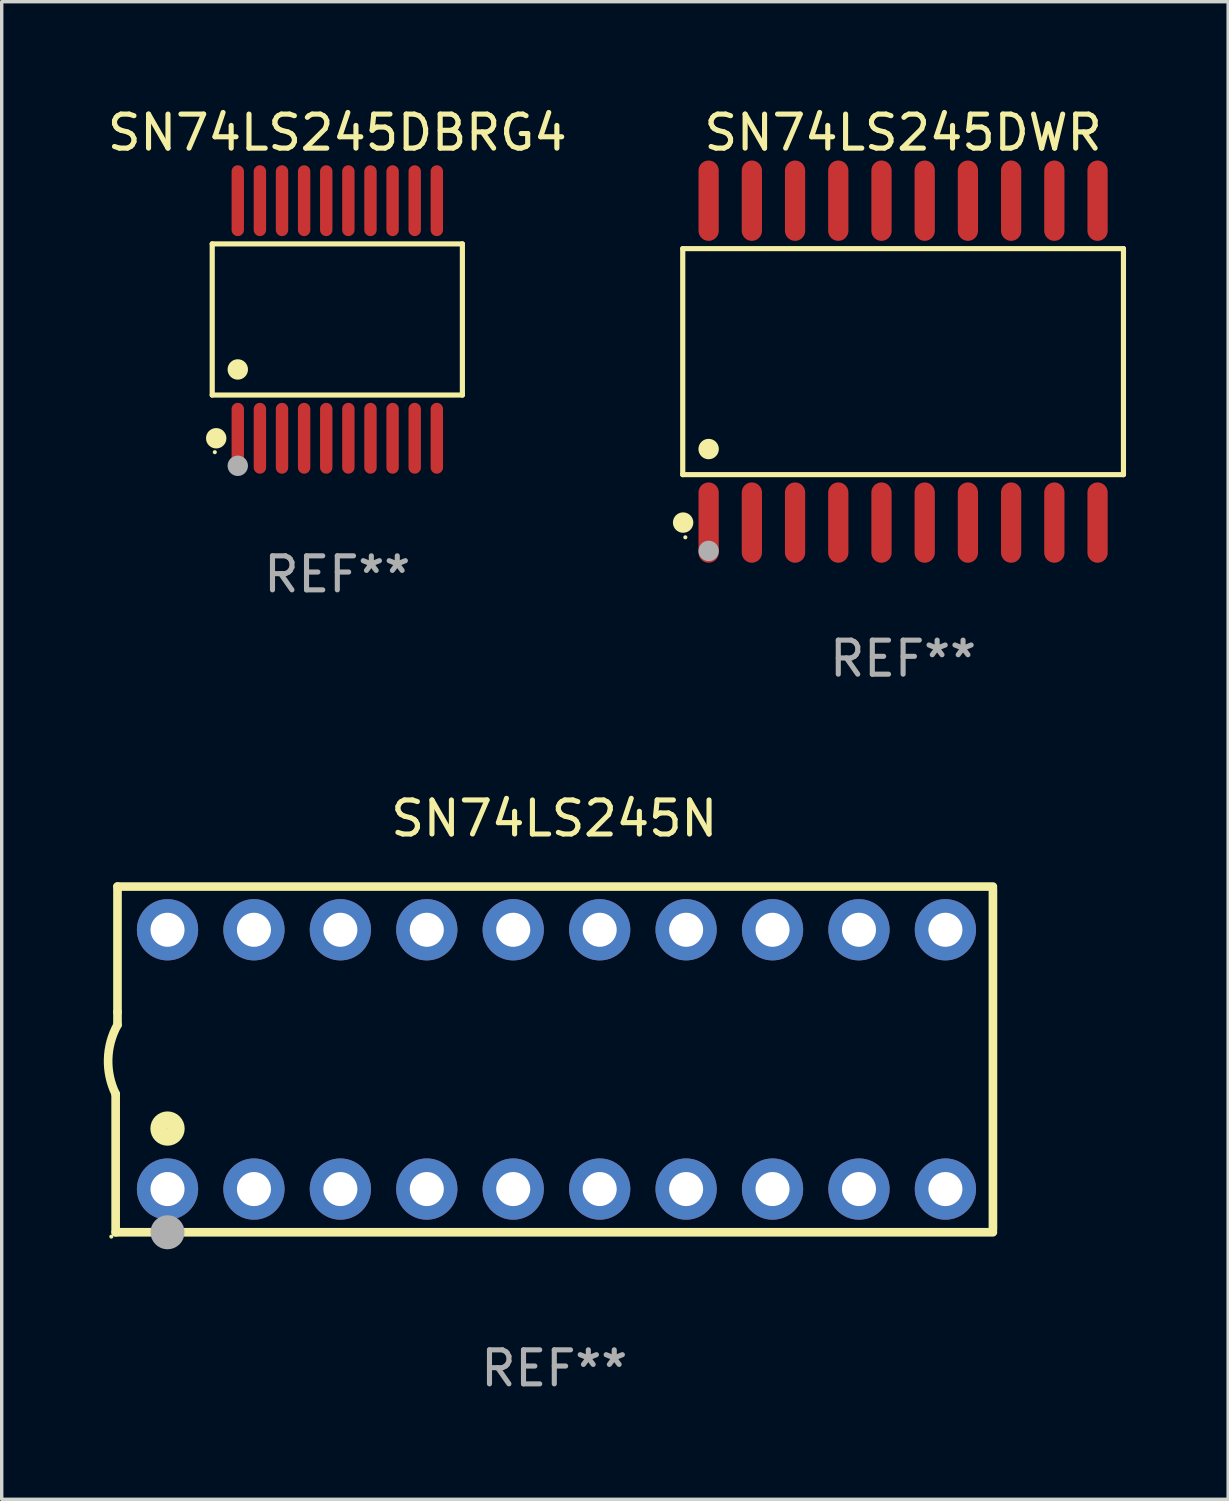
<source format=kicad_pcb>
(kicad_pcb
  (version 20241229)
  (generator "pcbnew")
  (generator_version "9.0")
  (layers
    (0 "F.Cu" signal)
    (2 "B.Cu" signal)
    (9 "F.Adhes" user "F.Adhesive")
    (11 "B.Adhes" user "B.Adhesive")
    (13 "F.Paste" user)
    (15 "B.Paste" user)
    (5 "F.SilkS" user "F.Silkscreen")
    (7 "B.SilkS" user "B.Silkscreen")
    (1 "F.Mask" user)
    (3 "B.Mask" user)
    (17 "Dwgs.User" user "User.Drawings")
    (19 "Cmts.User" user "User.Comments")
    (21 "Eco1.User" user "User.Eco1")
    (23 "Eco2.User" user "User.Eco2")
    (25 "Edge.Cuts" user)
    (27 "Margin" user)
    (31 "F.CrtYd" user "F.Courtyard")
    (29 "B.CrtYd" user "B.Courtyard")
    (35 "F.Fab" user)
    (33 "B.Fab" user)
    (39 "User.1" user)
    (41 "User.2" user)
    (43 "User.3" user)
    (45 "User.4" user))
  (footprint "SN74LS245DBRG4"
    (layer "F.Cu")
    (at 6.863 6.339)
    (property "Reference" "SN74LS245DBRG4" (at 0 -5.491 0) (layer "F.SilkS") (effects (font (size 1 1) (thickness 0.15))))
    (attr through_hole)
    (fp_line (start -3.676 -2.221) (end 3.676 -2.221) (stroke (width 0.152) (type solid)) (layer "F.SilkS"))
    (fp_line (start -3.676 2.221) (end -3.676 -2.221) (stroke (width 0.152) (type solid)) (layer "F.SilkS"))
    (fp_line (start 3.676 -2.221) (end 3.676 2.221) (stroke (width 0.152) (type solid)) (layer "F.SilkS"))
    (fp_line (start 3.676 2.221) (end -3.676 2.221) (stroke (width 0.152) (type solid)) (layer "F.SilkS"))
    (fp_circle (center -3.6 3.9) (end -3.57 3.9) (stroke (width 0.06) (type solid)) (fill no) (layer "F.SilkS"))
    (fp_circle (center -3.559 3.491) (end -3.409 3.491) (stroke (width 0.3) (type solid)) (fill no) (layer "F.SilkS"))
    (fp_circle (center -2.925 1.469) (end -2.775 1.469) (stroke (width 0.3) (type solid)) (fill no) (layer "F.SilkS"))
    (fp_circle (center -2.925 4.3) (end -2.775 4.3) (stroke (width 0.3) (type solid)) (fill no) (layer "F.Fab"))
    (fp_text user "REF**" (at 0 7.491 0) (layer "F.Fab") (effects (font (size 1 1) (thickness 0.15))))
    (pad "1" smd oval (at -2.925 3.491) (size 0.364 2.082) (layers "F.Cu" "F.Mask" "F.Paste"))
    (pad "2" smd oval (at -2.275 3.491) (size 0.364 2.082) (layers "F.Cu" "F.Mask" "F.Paste"))
    (pad "3" smd oval (at -1.625 3.491) (size 0.364 2.082) (layers "F.Cu" "F.Mask" "F.Paste"))
    (pad "4" smd oval (at -0.975 3.491) (size 0.364 2.082) (layers "F.Cu" "F.Mask" "F.Paste"))
    (pad "5" smd oval (at -0.325 3.491) (size 0.364 2.082) (layers "F.Cu" "F.Mask" "F.Paste"))
    (pad "6" smd oval (at 0.325 3.491) (size 0.364 2.082) (layers "F.Cu" "F.Mask" "F.Paste"))
    (pad "7" smd oval (at 0.975 3.491) (size 0.364 2.082) (layers "F.Cu" "F.Mask" "F.Paste"))
    (pad "8" smd oval (at 1.625 3.491) (size 0.364 2.082) (layers "F.Cu" "F.Mask" "F.Paste"))
    (pad "9" smd oval (at 2.275 3.491) (size 0.364 2.082) (layers "F.Cu" "F.Mask" "F.Paste"))
    (pad "10" smd oval (at 2.925 3.491) (size 0.364 2.082) (layers "F.Cu" "F.Mask" "F.Paste"))
    (pad "11" smd oval (at 2.925 -3.491) (size 0.364 2.082) (layers "F.Cu" "F.Mask" "F.Paste"))
    (pad "12" smd oval (at 2.275 -3.491) (size 0.364 2.082) (layers "F.Cu" "F.Mask" "F.Paste"))
    (pad "13" smd oval (at 1.625 -3.491) (size 0.364 2.082) (layers "F.Cu" "F.Mask" "F.Paste"))
    (pad "14" smd oval (at 0.975 -3.491) (size 0.364 2.082) (layers "F.Cu" "F.Mask" "F.Paste"))
    (pad "15" smd oval (at 0.325 -3.491) (size 0.364 2.082) (layers "F.Cu" "F.Mask" "F.Paste"))
    (pad "16" smd oval (at -0.325 -3.491) (size 0.364 2.082) (layers "F.Cu" "F.Mask" "F.Paste"))
    (pad "17" smd oval (at -0.975 -3.491) (size 0.364 2.082) (layers "F.Cu" "F.Mask" "F.Paste"))
    (pad "18" smd oval (at -1.625 -3.491) (size 0.364 2.082) (layers "F.Cu" "F.Mask" "F.Paste"))
    (pad "19" smd oval (at -2.275 -3.491) (size 0.364 2.082) (layers "F.Cu" "F.Mask" "F.Paste"))
    (pad "20" smd oval (at -2.925 -3.491) (size 0.364 2.082) (layers "F.Cu" "F.Mask" "F.Paste")))
  (footprint "SN74LS245N"
    (layer "F.Cu")
    (at 13.24 28.085)
    (property "Reference" "SN74LS245N" (at 0 -7.08 0) (layer "F.SilkS") (effects (font (size 1 1) (thickness 0.15))))
    (attr through_hole)
    (fp_line (start -12.891 5.08) (end -12.891 1.016) (stroke (width 0.254) (type solid)) (layer "F.SilkS"))
    (fp_line (start -12.891 5.08) (end 12.891 5.08) (stroke (width 0.254) (type solid)) (layer "F.SilkS"))
    (fp_line (start -12.837 -5.08) (end -12.837 -1.397) (stroke (width 0.254) (type solid)) (layer "F.SilkS"))
    (fp_line (start -12.837 -5.08) (end 12.891 -5.08) (stroke (width 0.254) (type solid)) (layer "F.SilkS"))
    (fp_line (start -12.837 -1.397) (end -12.837 -1.016) (stroke (width 0.254) (type solid)) (layer "F.SilkS"))
    (fp_line (start 12.891 -5) (end 12.891 5) (stroke (width 0.254) (type solid)) (layer "F.SilkS"))
    (fp_arc (start -12.890526 1.016002) (mid -13.111945 -0.006602) (end -12.836525 -1.016002) (stroke (width 0.254001) (type solid)) (layer "F.SilkS"))
    (fp_circle (center -13.018 5.207) (end -12.988 5.207) (stroke (width 0.06) (type solid)) (fill no) (layer "F.SilkS"))
    (fp_circle (center -11.367 2.032) (end -11.113 2.032) (stroke (width 0.5) (type solid)) (fill no) (layer "F.SilkS"))
    (fp_circle (center -11.367 5.08) (end -11.117 5.08) (stroke (width 0.5) (type solid)) (fill no) (layer "F.Fab"))
    (fp_text user "REF**" (at 0 9.08 0) (layer "F.Fab") (effects (font (size 1 1) (thickness 0.15))))
    (pad "1" thru_hole circle (at -11.367 3.81) (size 1.8 1.8) (drill 1) (layers "*.Cu" "*.Mask"))
    (pad "2" thru_hole circle (at -8.827 3.81) (size 1.8 1.8) (drill 1) (layers "*.Cu" "*.Mask"))
    (pad "3" thru_hole circle (at -6.287 3.81) (size 1.8 1.8) (drill 1) (layers "*.Cu" "*.Mask"))
    (pad "4" thru_hole circle (at -3.747 3.81) (size 1.8 1.8) (drill 1) (layers "*.Cu" "*.Mask"))
    (pad "5" thru_hole circle (at -1.207 3.81) (size 1.8 1.8) (drill 1) (layers "*.Cu" "*.Mask"))
    (pad "6" thru_hole circle (at 1.334 3.81) (size 1.8 1.8) (drill 1) (layers "*.Cu" "*.Mask"))
    (pad "7" thru_hole circle (at 3.874 3.81) (size 1.8 1.8) (drill 1) (layers "*.Cu" "*.Mask"))
    (pad "8" thru_hole circle (at 6.414 3.81) (size 1.8 1.8) (drill 1) (layers "*.Cu" "*.Mask"))
    (pad "9" thru_hole circle (at 8.954 3.81) (size 1.8 1.8) (drill 1) (layers "*.Cu" "*.Mask"))
    (pad "10" thru_hole circle (at 11.494 3.81) (size 1.8 1.8) (drill 1) (layers "*.Cu" "*.Mask"))
    (pad "11" thru_hole circle (at 11.494 -3.81) (size 1.8 1.8) (drill 1) (layers "*.Cu" "*.Mask"))
    (pad "12" thru_hole circle (at 8.954 -3.81) (size 1.8 1.8) (drill 1) (layers "*.Cu" "*.Mask"))
    (pad "13" thru_hole circle (at 6.414 -3.81) (size 1.8 1.8) (drill 1) (layers "*.Cu" "*.Mask"))
    (pad "14" thru_hole circle (at 3.874 -3.81) (size 1.8 1.8) (drill 1) (layers "*.Cu" "*.Mask"))
    (pad "15" thru_hole circle (at 1.334 -3.81) (size 1.8 1.8) (drill 1) (layers "*.Cu" "*.Mask"))
    (pad "16" thru_hole circle (at -1.207 -3.81) (size 1.8 1.8) (drill 1) (layers "*.Cu" "*.Mask"))
    (pad "17" thru_hole circle (at -3.747 -3.81) (size 1.8 1.8) (drill 1) (layers "*.Cu" "*.Mask"))
    (pad "18" thru_hole circle (at -6.287 -3.81) (size 1.8 1.8) (drill 1) (layers "*.Cu" "*.Mask"))
    (pad "19" thru_hole circle (at -8.827 -3.81) (size 1.8 1.8) (drill 1) (layers "*.Cu" "*.Mask"))
    (pad "20" thru_hole circle (at -11.367 -3.81) (size 1.8 1.8) (drill 1) (layers "*.Cu" "*.Mask")))
  (footprint "SN74LS245DWR"
    (layer "F.Cu")
    (at 23.491 7.578)
    (property "Reference" "SN74LS245DWR" (at 0 -6.73 0) (layer "F.SilkS") (effects (font (size 1 1) (thickness 0.15))))
    (attr through_hole)
    (fp_line (start -6.476 -3.321) (end 6.476 -3.321) (stroke (width 0.152) (type solid)) (layer "F.SilkS"))
    (fp_line (start -6.476 3.321) (end -6.476 -3.321) (stroke (width 0.152) (type solid)) (layer "F.SilkS"))
    (fp_line (start 6.476 -3.321) (end 6.476 3.321) (stroke (width 0.152) (type solid)) (layer "F.SilkS"))
    (fp_line (start 6.476 3.321) (end -6.476 3.321) (stroke (width 0.152) (type solid)) (layer "F.SilkS"))
    (fp_circle (center -6.465 4.73) (end -6.315 4.73) (stroke (width 0.3) (type solid)) (fill no) (layer "F.SilkS"))
    (fp_circle (center -6.4 5.163) (end -6.37 5.163) (stroke (width 0.06) (type solid)) (fill no) (layer "F.SilkS"))
    (fp_circle (center -5.715 2.569) (end -5.565 2.569) (stroke (width 0.3) (type solid)) (fill no) (layer "F.SilkS"))
    (fp_circle (center -5.715 5.563) (end -5.565 5.563) (stroke (width 0.3) (type solid)) (fill no) (layer "F.Fab"))
    (fp_text user "REF**" (at 0 8.73 0) (layer "F.Fab") (effects (font (size 1 1) (thickness 0.15))))
    (pad "1" smd oval (at -5.715 4.73) (size 0.595 2.36) (layers "F.Cu" "F.Mask" "F.Paste"))
    (pad "2" smd oval (at -4.445 4.73) (size 0.595 2.36) (layers "F.Cu" "F.Mask" "F.Paste"))
    (pad "3" smd oval (at -3.175 4.73) (size 0.595 2.36) (layers "F.Cu" "F.Mask" "F.Paste"))
    (pad "4" smd oval (at -1.905 4.73) (size 0.595 2.36) (layers "F.Cu" "F.Mask" "F.Paste"))
    (pad "5" smd oval (at -0.635 4.73) (size 0.595 2.36) (layers "F.Cu" "F.Mask" "F.Paste"))
    (pad "6" smd oval (at 0.635 4.73) (size 0.595 2.36) (layers "F.Cu" "F.Mask" "F.Paste"))
    (pad "7" smd oval (at 1.905 4.73) (size 0.595 2.36) (layers "F.Cu" "F.Mask" "F.Paste"))
    (pad "8" smd oval (at 3.175 4.73) (size 0.595 2.36) (layers "F.Cu" "F.Mask" "F.Paste"))
    (pad "9" smd oval (at 4.445 4.73) (size 0.595 2.36) (layers "F.Cu" "F.Mask" "F.Paste"))
    (pad "10" smd oval (at 5.715 4.73) (size 0.595 2.36) (layers "F.Cu" "F.Mask" "F.Paste"))
    (pad "11" smd oval (at 5.715 -4.73) (size 0.595 2.36) (layers "F.Cu" "F.Mask" "F.Paste"))
    (pad "12" smd oval (at 4.445 -4.73) (size 0.595 2.36) (layers "F.Cu" "F.Mask" "F.Paste"))
    (pad "13" smd oval (at 3.175 -4.73) (size 0.595 2.36) (layers "F.Cu" "F.Mask" "F.Paste"))
    (pad "14" smd oval (at 1.905 -4.73) (size 0.595 2.36) (layers "F.Cu" "F.Mask" "F.Paste"))
    (pad "15" smd oval (at 0.635 -4.73) (size 0.595 2.36) (layers "F.Cu" "F.Mask" "F.Paste"))
    (pad "16" smd oval (at -0.635 -4.73) (size 0.595 2.36) (layers "F.Cu" "F.Mask" "F.Paste"))
    (pad "17" smd oval (at -1.905 -4.73) (size 0.595 2.36) (layers "F.Cu" "F.Mask" "F.Paste"))
    (pad "18" smd oval (at -3.175 -4.73) (size 0.595 2.36) (layers "F.Cu" "F.Mask" "F.Paste"))
    (pad "19" smd oval (at -4.445 -4.73) (size 0.595 2.36) (layers "F.Cu" "F.Mask" "F.Paste"))
    (pad "20" smd oval (at -5.715 -4.73) (size 0.595 2.36) (layers "F.Cu" "F.Mask" "F.Paste")))
  (gr_rect
    (start -3 -3)
    (end 33.044 41.013)
    (stroke (width 0.1) (type default))
    (fill no)
    (layer "Edge.Cuts")))
</source>
